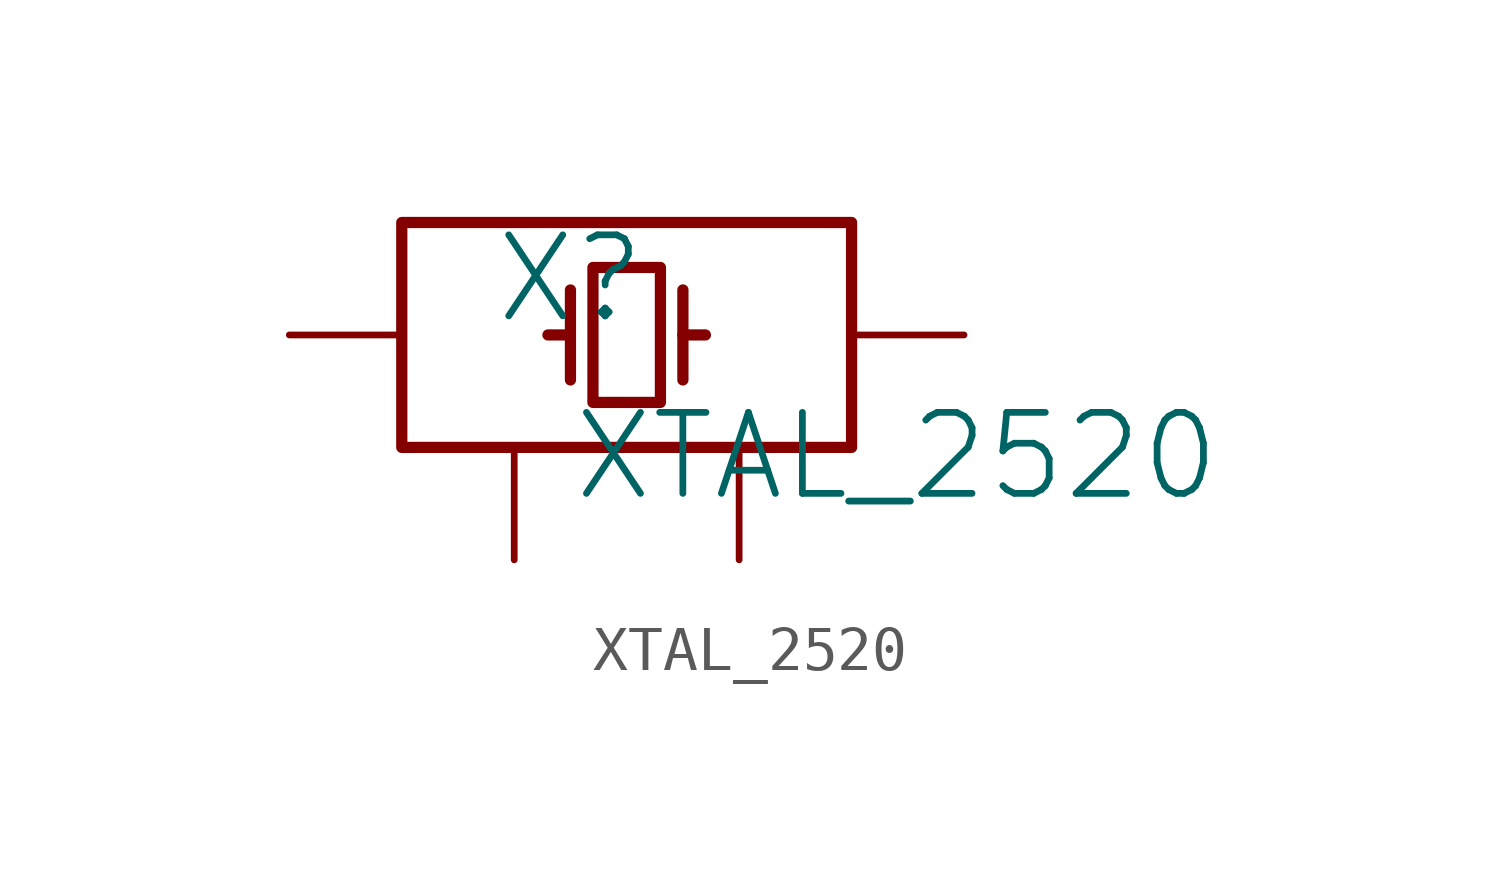
<source format=kicad_sym>
(kicad_symbol_lib
  (version 20231120)
  (generator "kicad_symbol_editor")
  (generator_version "8.0")
  (symbol "XTAL_2520"
    (property "Reference" "X"
      (at -1.27 1.27 0)
      (effects (font (size 1.829 1.829))))
    (property "Value" "XTAL_2520"
      (at -1.27 -3.81 0)
      (effects (font (size 1.829 1.829)) (justify left bottom)))
    (symbol "XTAL_2520_1_0"
      (polyline (pts (xy -1.27 0) (xy -1.778 0)) (stroke (width 0.254) (type solid)) (fill (type none)))
      (polyline (pts (xy -1.27 1.016) (xy -1.27 -1.016)) (stroke (width 0.254) (type solid)) (fill (type none)))
      (polyline (pts (xy 1.27 1.016) (xy 1.27 -1.016)) (stroke (width 0.254) (type solid)) (fill (type none)))
      (polyline (pts (xy 1.778 0) (xy 1.27 0)) (stroke (width 0.254) (type solid)) (fill (type none)))
      (polyline (pts (xy -5.08 -2.54) (xy 5.08 -2.54) (xy 5.08 2.54) (xy -5.08 2.54) (xy -5.08 -2.54)) (stroke (width 0.254) (type solid)) (fill (type none)))
      (polyline (pts (xy 0.762 1.524) (xy -0.762 1.524) (xy -0.762 -1.524) (xy 0.762 -1.524) (xy 0.762 1.524)) (stroke (width 0.254) (type solid)) (fill (type none)))
      (pin passive line (at -7.62 0 0) (length 2.54) (name "1" (effects (font (size 0 0)))) (number "1" (effects (font (size 0 0)))))
      (pin passive line (at -2.54 -5.08 90) (length 2.54) (name "2" (effects (font (size 0 0)))) (number "2" (effects (font (size 0 0)))))
      (pin passive line (at 7.62 0 180) (length 2.54) (name "3" (effects (font (size 0 0)))) (number "3" (effects (font (size 0 0)))))
      (pin passive line (at 2.54 -5.08 90) (length 2.54) (name "4" (effects (font (size 0 0)))) (number "4" (effects (font (size 0 0))))))))
</source>
